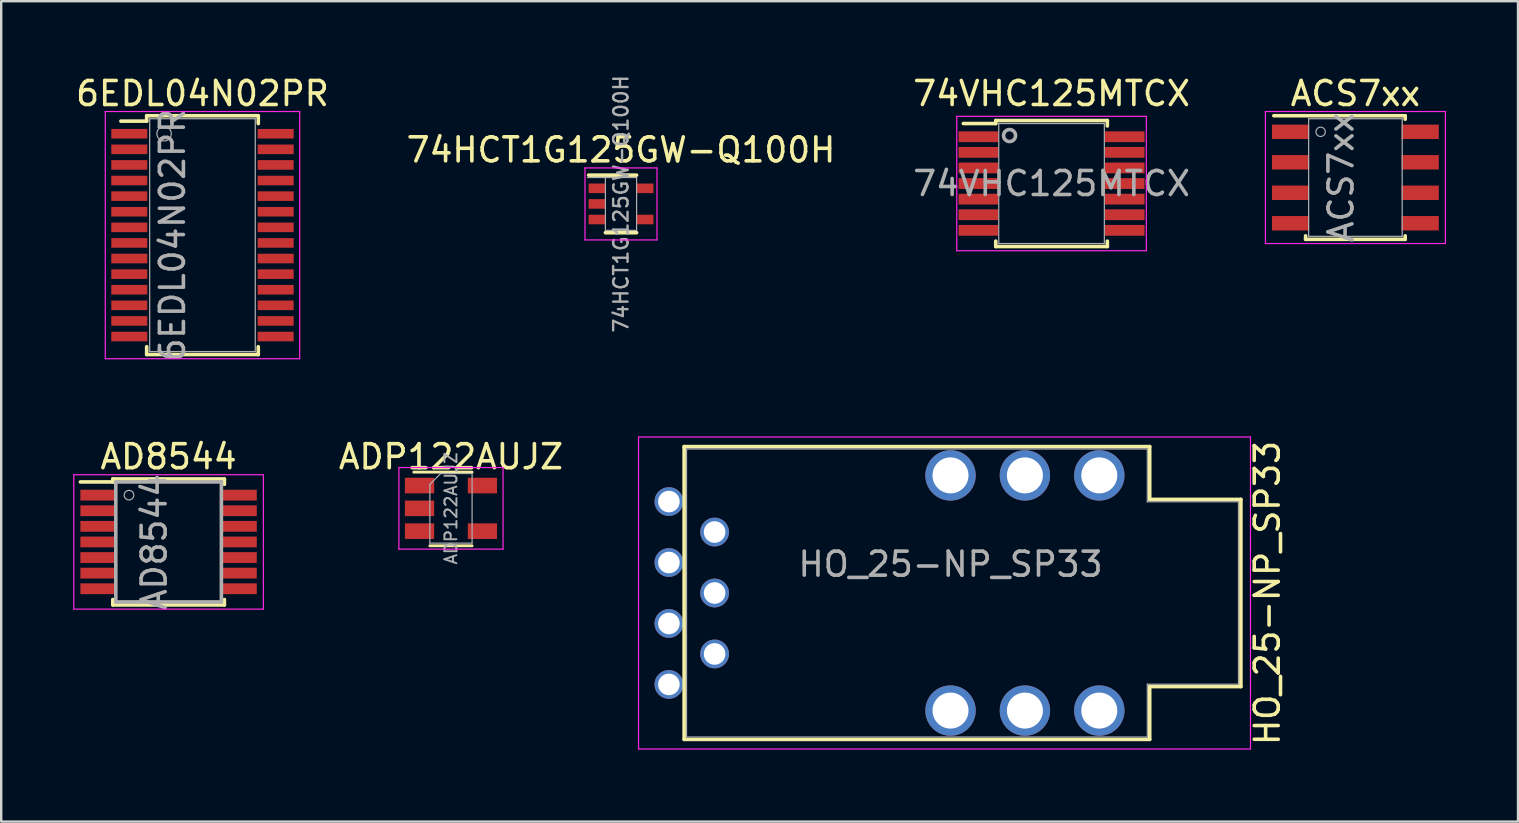
<source format=kicad_pcb>
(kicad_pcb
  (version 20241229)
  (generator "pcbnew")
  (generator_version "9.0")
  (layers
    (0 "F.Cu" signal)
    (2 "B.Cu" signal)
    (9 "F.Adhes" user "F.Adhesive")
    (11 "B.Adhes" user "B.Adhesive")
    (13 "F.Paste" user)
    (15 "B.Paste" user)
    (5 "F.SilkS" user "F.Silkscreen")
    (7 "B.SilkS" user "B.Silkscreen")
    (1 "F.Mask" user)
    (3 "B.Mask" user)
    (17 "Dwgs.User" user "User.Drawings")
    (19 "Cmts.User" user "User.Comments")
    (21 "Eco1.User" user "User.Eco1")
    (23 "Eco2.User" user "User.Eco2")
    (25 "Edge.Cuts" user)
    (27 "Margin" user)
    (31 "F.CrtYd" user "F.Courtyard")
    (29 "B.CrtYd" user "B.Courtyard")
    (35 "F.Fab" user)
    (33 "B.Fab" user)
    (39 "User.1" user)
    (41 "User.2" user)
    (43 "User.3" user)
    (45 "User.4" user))
  (footprint "AD8544"
    (layer "F.Cu")
    (at 3.975 19.533)
    (property "Reference" "AD8544" (at 0 -3.55 0) (layer "F.SilkS") (effects (font (size 1 1) (thickness 0.15))))
    (attr smd)
    (fp_line (start -2.325 -2.625) (end -2.325 -2.5) (stroke (width 0.15) (type solid)) (layer "F.SilkS"))
    (fp_line (start -2.325 -2.625) (end 2.325 -2.625) (stroke (width 0.15) (type solid)) (layer "F.SilkS"))
    (fp_line (start -2.325 -2.5) (end -3.675 -2.5) (stroke (width 0.15) (type solid)) (layer "F.SilkS"))
    (fp_line (start -2.325 2.625) (end -2.325 2.4) (stroke (width 0.15) (type solid)) (layer "F.SilkS"))
    (fp_line (start -2.325 2.625) (end 2.325 2.625) (stroke (width 0.15) (type solid)) (layer "F.SilkS"))
    (fp_line (start 2.325 -2.625) (end 2.325 -2.4) (stroke (width 0.15) (type solid)) (layer "F.SilkS"))
    (fp_line (start 2.325 2.625) (end 2.325 2.4) (stroke (width 0.15) (type solid)) (layer "F.SilkS"))
    (fp_line (start -3.95 -2.8) (end -3.95 2.8) (stroke (width 0.05) (type solid)) (layer "F.CrtYd"))
    (fp_line (start -3.95 -2.8) (end 3.95 -2.8) (stroke (width 0.05) (type solid)) (layer "F.CrtYd"))
    (fp_line (start -3.95 2.8) (end 3.95 2.8) (stroke (width 0.05) (type solid)) (layer "F.CrtYd"))
    (fp_line (start 3.95 -2.8) (end 3.95 2.8) (stroke (width 0.05) (type solid)) (layer "F.CrtYd"))
    (fp_line (start -2.2 -2.5) (end 2.2 -2.5) (stroke (width 0.15) (type solid)) (layer "F.Fab"))
    (fp_line (start -2.2 2.5) (end -2.2 -2.5) (stroke (width 0.15) (type solid)) (layer "F.Fab"))
    (fp_line (start 2.2 -2.5) (end 2.2 2.5) (stroke (width 0.15) (type solid)) (layer "F.Fab"))
    (fp_line (start 2.2 2.5) (end -2.2 2.5) (stroke (width 0.15) (type solid)) (layer "F.Fab"))
    (fp_circle (center -1.65 -1.95) (end -1.85 -1.95) (stroke (width 0.05) (type solid)) (fill no) (layer "F.Fab"))
    (fp_text user "${REFERENCE}" (at -0.6 0 90) (layer "F.Fab") (effects (font (size 1 1) (thickness 0.15))))
    (pad "1" smd rect (at -2.95 -1.95) (size 1.45 0.45) (layers "F.Cu" "F.Mask" "F.Paste"))
    (pad "2" smd rect (at -2.95 -1.3) (size 1.45 0.45) (layers "F.Cu" "F.Mask" "F.Paste"))
    (pad "3" smd rect (at -2.95 -0.65) (size 1.45 0.45) (layers "F.Cu" "F.Mask" "F.Paste"))
    (pad "4" smd rect (at -2.95 0) (size 1.45 0.45) (layers "F.Cu" "F.Mask" "F.Paste"))
    (pad "5" smd rect (at -2.95 0.65) (size 1.45 0.45) (layers "F.Cu" "F.Mask" "F.Paste"))
    (pad "6" smd rect (at -2.95 1.3) (size 1.45 0.45) (layers "F.Cu" "F.Mask" "F.Paste"))
    (pad "7" smd rect (at -2.95 1.95) (size 1.45 0.45) (layers "F.Cu" "F.Mask" "F.Paste"))
    (pad "8" smd rect (at 2.95 1.95) (size 1.45 0.45) (layers "F.Cu" "F.Mask" "F.Paste"))
    (pad "9" smd rect (at 2.95 1.3) (size 1.45 0.45) (layers "F.Cu" "F.Mask" "F.Paste"))
    (pad "10" smd rect (at 2.95 0.65) (size 1.45 0.45) (layers "F.Cu" "F.Mask" "F.Paste"))
    (pad "11" smd rect (at 2.95 0) (size 1.45 0.45) (layers "F.Cu" "F.Mask" "F.Paste"))
    (pad "12" smd rect (at 2.95 -0.65) (size 1.45 0.45) (layers "F.Cu" "F.Mask" "F.Paste"))
    (pad "13" smd rect (at 2.95 -1.3) (size 1.45 0.45) (layers "F.Cu" "F.Mask" "F.Paste"))
    (pad "14" smd rect (at 2.95 -1.95) (size 1.45 0.45) (layers "F.Cu" "F.Mask" "F.Paste")))
  (footprint "74VHC125MTCX"
    (layer "F.Cu")
    (at 40.768 4.598)
    (property "Reference" "74VHC125MTCX" (at 0 0 0) (layer "F.Fab") (effects (font (size 1 1) (thickness 0.15))))
    (attr smd)
    (fp_line (start -2.325 -2.625) (end -2.325 -2.5) (stroke (width 0.15) (type solid)) (layer "F.SilkS"))
    (fp_line (start -2.325 -2.625) (end 2.325 -2.625) (stroke (width 0.15) (type solid)) (layer "F.SilkS"))
    (fp_line (start -2.325 -2.5) (end -3.675 -2.5) (stroke (width 0.15) (type solid)) (layer "F.SilkS"))
    (fp_line (start -2.325 2.625) (end -2.325 2.4) (stroke (width 0.15) (type solid)) (layer "F.SilkS"))
    (fp_line (start -2.325 2.625) (end 2.325 2.625) (stroke (width 0.15) (type solid)) (layer "F.SilkS"))
    (fp_line (start 2.325 -2.625) (end 2.325 -2.4) (stroke (width 0.15) (type solid)) (layer "F.SilkS"))
    (fp_line (start 2.325 2.625) (end 2.325 2.4) (stroke (width 0.15) (type solid)) (layer "F.SilkS"))
    (fp_line (start -3.95 -2.8) (end -3.95 2.8) (stroke (width 0.05) (type solid)) (layer "F.CrtYd"))
    (fp_line (start -3.95 -2.8) (end 3.95 -2.8) (stroke (width 0.05) (type solid)) (layer "F.CrtYd"))
    (fp_line (start -3.95 2.8) (end 3.95 2.8) (stroke (width 0.05) (type solid)) (layer "F.CrtYd"))
    (fp_line (start 3.95 -2.8) (end 3.95 2.8) (stroke (width 0.05) (type solid)) (layer "F.CrtYd"))
    (fp_line (start -2.2 -2.5) (end 2.2 -2.5) (stroke (width 0.05) (type solid)) (layer "F.Fab"))
    (fp_line (start -2.2 2.5) (end -2.2 -2.5) (stroke (width 0.05) (type solid)) (layer "F.Fab"))
    (fp_line (start 2.2 -2.5) (end 2.2 2.5) (stroke (width 0.05) (type solid)) (layer "F.Fab"))
    (fp_line (start 2.2 2.5) (end -2.2 2.5) (stroke (width 0.05) (type solid)) (layer "F.Fab"))
    (fp_circle (center -1.75 -2) (end -2 -2) (stroke (width 0.15) (type solid)) (fill no) (layer "F.Fab"))
    (fp_text user "${REFERENCE}" (at 0 -3.75 0) (layer "F.SilkS") (effects (font (size 1 1) (thickness 0.15))))
    (pad "1" smd rect (at -3.05 -1.95) (size 1.65 0.45) (layers "F.Cu" "F.Mask" "F.Paste"))
    (pad "2" smd rect (at -3.05 -1.3) (size 1.65 0.45) (layers "F.Cu" "F.Mask" "F.Paste"))
    (pad "3" smd rect (at -3.05 -0.65) (size 1.65 0.45) (layers "F.Cu" "F.Mask" "F.Paste"))
    (pad "4" smd rect (at -3.05 0) (size 1.65 0.45) (layers "F.Cu" "F.Mask" "F.Paste"))
    (pad "5" smd rect (at -3.05 0.65) (size 1.65 0.45) (layers "F.Cu" "F.Mask" "F.Paste"))
    (pad "6" smd rect (at -3.05 1.3) (size 1.65 0.45) (layers "F.Cu" "F.Mask" "F.Paste"))
    (pad "7" smd rect (at -3.05 1.95) (size 1.65 0.45) (layers "F.Cu" "F.Mask" "F.Paste"))
    (pad "8" smd rect (at 3.05 1.95) (size 1.65 0.45) (layers "F.Cu" "F.Mask" "F.Paste"))
    (pad "9" smd rect (at 3.05 1.3) (size 1.65 0.45) (layers "F.Cu" "F.Mask" "F.Paste"))
    (pad "10" smd rect (at 3.05 0.65) (size 1.65 0.45) (layers "F.Cu" "F.Mask" "F.Paste"))
    (pad "11" smd rect (at 3.05 0) (size 1.65 0.45) (layers "F.Cu" "F.Mask" "F.Paste"))
    (pad "12" smd rect (at 3.05 -0.65) (size 1.65 0.45) (layers "F.Cu" "F.Mask" "F.Paste"))
    (pad "13" smd rect (at 3.05 -1.3) (size 1.65 0.45) (layers "F.Cu" "F.Mask" "F.Paste"))
    (pad "14" smd rect (at 3.05 -1.95) (size 1.65 0.45) (layers "F.Cu" "F.Mask" "F.Paste")))
  (footprint "ADP122AUJZ"
    (layer "F.Cu")
    (at 15.742 18.133)
    (property "Reference" "ADP122AUJZ" (at 0 0 90) (layer "F.Fab") (effects (font (size 0.5 0.5) (thickness 0.08))))
    (attr smd)
    (fp_line (start -0.88 1.56) (end 0.88 1.56) (stroke (width 0.12) (type solid)) (layer "F.SilkS"))
    (fp_line (start 0.88 -1.51) (end -1.55 -1.51) (stroke (width 0.12) (type solid)) (layer "F.SilkS"))
    (fp_line (start -2.17 -1.7) (end -2.17 1.7) (stroke (width 0.05) (type solid)) (layer "F.CrtYd"))
    (fp_line (start -2.17 -1.7) (end 2.17 -1.7) (stroke (width 0.05) (type solid)) (layer "F.CrtYd"))
    (fp_line (start 2.17 1.7) (end -2.17 1.7) (stroke (width 0.05) (type solid)) (layer "F.CrtYd"))
    (fp_line (start 2.17 1.7) (end 2.17 -1.7) (stroke (width 0.05) (type solid)) (layer "F.CrtYd"))
    (fp_line (start -0.88 -1) (end -0.88 1.45) (stroke (width 0.05) (type solid)) (layer "F.Fab"))
    (fp_line (start -0.88 -1) (end -0.43 -1.45) (stroke (width 0.05) (type solid)) (layer "F.Fab"))
    (fp_line (start 0.88 -1.45) (end -0.43 -1.45) (stroke (width 0.05) (type solid)) (layer "F.Fab"))
    (fp_line (start 0.88 -1.45) (end 0.88 1.45) (stroke (width 0.05) (type solid)) (layer "F.Fab"))
    (fp_line (start 0.88 1.45) (end -0.88 1.45) (stroke (width 0.05) (type solid)) (layer "F.Fab"))
    (fp_text user "${REFERENCE}" (at 0 -2.15 180) (layer "F.SilkS") (effects (font (size 1 1) (thickness 0.15))))
    (pad "1" smd rect (at -1.31 -0.95) (size 1.22 0.65) (layers "F.Cu" "F.Mask" "F.Paste"))
    (pad "2" smd rect (at -1.31 0) (size 1.22 0.65) (layers "F.Cu" "F.Mask" "F.Paste"))
    (pad "3" smd rect (at -1.31 0.95) (size 1.22 0.65) (layers "F.Cu" "F.Mask" "F.Paste"))
    (pad "4" smd rect (at 1.31 0.95) (size 1.22 0.65) (layers "F.Cu" "F.Mask" "F.Paste"))
    (pad "5" smd rect (at 1.31 -0.95) (size 1.22 0.65) (layers "F.Cu" "F.Mask" "F.Paste")))
  (footprint "ACS7xx"
    (layer "F.Cu")
    (at 53.43 4.348)
    (property "Reference" "ACS7xx" (at 0 -3.5 0) (layer "F.SilkS") (effects (font (size 1 1) (thickness 0.15))))
    (attr smd)
    (fp_line (start -3.4 -2.575) (end 2.075 -2.575) (stroke (width 0.15) (type solid)) (layer "F.SilkS"))
    (fp_line (start -2.075 2.575) (end -2.075 2.43) (stroke (width 0.15) (type solid)) (layer "F.SilkS"))
    (fp_line (start -2.075 2.575) (end 2.075 2.575) (stroke (width 0.15) (type solid)) (layer "F.SilkS"))
    (fp_line (start 2.075 -2.575) (end 2.075 -2.43) (stroke (width 0.15) (type solid)) (layer "F.SilkS"))
    (fp_line (start 2.075 2.575) (end 2.075 2.43) (stroke (width 0.15) (type solid)) (layer "F.SilkS"))
    (fp_line (start -3.75 -2.75) (end -3.75 2.75) (stroke (width 0.05) (type solid)) (layer "F.CrtYd"))
    (fp_line (start -3.75 -2.75) (end 3.75 -2.75) (stroke (width 0.05) (type solid)) (layer "F.CrtYd"))
    (fp_line (start -3.75 2.75) (end 3.75 2.75) (stroke (width 0.05) (type solid)) (layer "F.CrtYd"))
    (fp_line (start 3.75 -2.75) (end 3.75 2.75) (stroke (width 0.05) (type solid)) (layer "F.CrtYd"))
    (fp_line (start -1.95 -2.45) (end 1.95 -2.45) (stroke (width 0.05) (type solid)) (layer "F.Fab"))
    (fp_line (start -1.95 2.45) (end -1.95 -2.45) (stroke (width 0.05) (type solid)) (layer "F.Fab"))
    (fp_line (start 1.95 -2.45) (end 1.95 2.45) (stroke (width 0.05) (type solid)) (layer "F.Fab"))
    (fp_line (start 1.95 2.45) (end -1.95 2.45) (stroke (width 0.05) (type solid)) (layer "F.Fab"))
    (fp_circle (center -1.45 -1.905) (end -1.45 -2.1) (stroke (width 0.05) (type solid)) (fill no) (layer "F.Fab"))
    (fp_text user "${REFERENCE}" (at -0.6 0 90) (layer "F.Fab") (effects (font (size 1 1) (thickness 0.15))))
    (pad "1" smd rect (at -2.7 -1.905) (size 1.55 0.6) (layers "F.Cu" "F.Mask" "F.Paste"))
    (pad "2" smd rect (at -2.7 -0.635) (size 1.55 0.6) (layers "F.Cu" "F.Mask" "F.Paste"))
    (pad "3" smd rect (at -2.7 0.635) (size 1.55 0.6) (layers "F.Cu" "F.Mask" "F.Paste"))
    (pad "4" smd rect (at -2.7 1.905) (size 1.55 0.6) (layers "F.Cu" "F.Mask" "F.Paste"))
    (pad "5" smd rect (at 2.7 1.905) (size 1.55 0.6) (layers "F.Cu" "F.Mask" "F.Paste"))
    (pad "6" smd rect (at 2.7 0.635) (size 1.55 0.6) (layers "F.Cu" "F.Mask" "F.Paste"))
    (pad "7" smd rect (at 2.7 -0.635) (size 1.55 0.6) (layers "F.Cu" "F.Mask" "F.Paste"))
    (pad "8" smd rect (at 2.7 -1.905) (size 1.55 0.6) (layers "F.Cu" "F.Mask" "F.Paste")))
  (footprint "6EDL04N02PR"
    (layer "F.Cu")
    (at 5.387 6.748)
    (property "Reference" "6EDL04N02PR" (at 0 -5.9 0) (layer "F.SilkS") (effects (font (size 1 1) (thickness 0.15))))
    (attr smd)
    (fp_line (start -2.325 -4.975) (end -2.325 -4.75) (stroke (width 0.15) (type solid)) (layer "F.SilkS"))
    (fp_line (start -2.325 -4.975) (end 2.325 -4.975) (stroke (width 0.15) (type solid)) (layer "F.SilkS"))
    (fp_line (start -2.325 -4.75) (end -3.4 -4.75) (stroke (width 0.15) (type solid)) (layer "F.SilkS"))
    (fp_line (start -2.325 4.975) (end -2.325 4.65) (stroke (width 0.15) (type solid)) (layer "F.SilkS"))
    (fp_line (start -2.325 4.975) (end 2.325 4.975) (stroke (width 0.15) (type solid)) (layer "F.SilkS"))
    (fp_line (start 2.325 -4.975) (end 2.325 -4.65) (stroke (width 0.15) (type solid)) (layer "F.SilkS"))
    (fp_line (start 2.325 4.975) (end 2.325 4.65) (stroke (width 0.15) (type solid)) (layer "F.SilkS"))
    (fp_line (start -4.05 -5.15) (end -4.05 5.15) (stroke (width 0.05) (type solid)) (layer "F.CrtYd"))
    (fp_line (start -4.05 -5.15) (end 4.05 -5.15) (stroke (width 0.05) (type solid)) (layer "F.CrtYd"))
    (fp_line (start -4.05 5.15) (end 4.05 5.15) (stroke (width 0.05) (type solid)) (layer "F.CrtYd"))
    (fp_line (start 4.05 -5.15) (end 4.05 5.15) (stroke (width 0.05) (type solid)) (layer "F.CrtYd"))
    (fp_line (start -2.2 -4.85) (end 2.2 -4.85) (stroke (width 0.05) (type solid)) (layer "F.Fab"))
    (fp_line (start -2.2 4.85) (end -2.2 -4.85) (stroke (width 0.05) (type solid)) (layer "F.Fab"))
    (fp_line (start 2.2 -4.85) (end 2.2 4.85) (stroke (width 0.05) (type solid)) (layer "F.Fab"))
    (fp_line (start 2.2 4.85) (end -2.2 4.85) (stroke (width 0.05) (type solid)) (layer "F.Fab"))
    (fp_circle (center -1.6 -4.225) (end -1.3 -4.225) (stroke (width 0.05) (type solid)) (fill no) (layer "F.Fab"))
    (fp_text user "${REFERENCE}" (at -1.25 0 90) (layer "F.Fab") (effects (font (size 1 1) (thickness 0.15))))
    (pad "1" smd rect (at -3.05 -4.225) (size 1.5 0.4) (layers "F.Cu" "F.Mask" "F.Paste"))
    (pad "2" smd rect (at -3.05 -3.575) (size 1.5 0.4) (layers "F.Cu" "F.Mask" "F.Paste"))
    (pad "3" smd rect (at -3.05 -2.925) (size 1.5 0.4) (layers "F.Cu" "F.Mask" "F.Paste"))
    (pad "4" smd rect (at -3.05 -2.275) (size 1.5 0.4) (layers "F.Cu" "F.Mask" "F.Paste"))
    (pad "5" smd rect (at -3.05 -1.625) (size 1.5 0.4) (layers "F.Cu" "F.Mask" "F.Paste"))
    (pad "6" smd rect (at -3.05 -0.975) (size 1.5 0.4) (layers "F.Cu" "F.Mask" "F.Paste"))
    (pad "7" smd rect (at -3.05 -0.325) (size 1.5 0.4) (layers "F.Cu" "F.Mask" "F.Paste"))
    (pad "8" smd rect (at -3.05 0.325) (size 1.5 0.4) (layers "F.Cu" "F.Mask" "F.Paste"))
    (pad "9" smd rect (at -3.05 0.975) (size 1.5 0.4) (layers "F.Cu" "F.Mask" "F.Paste"))
    (pad "10" smd rect (at -3.05 1.625) (size 1.5 0.4) (layers "F.Cu" "F.Mask" "F.Paste"))
    (pad "11" smd rect (at -3.05 2.275) (size 1.5 0.4) (layers "F.Cu" "F.Mask" "F.Paste"))
    (pad "12" smd rect (at -3.05 2.925) (size 1.5 0.4) (layers "F.Cu" "F.Mask" "F.Paste"))
    (pad "13" smd rect (at -3.05 3.575) (size 1.5 0.4) (layers "F.Cu" "F.Mask" "F.Paste"))
    (pad "14" smd rect (at -3.05 4.225) (size 1.5 0.4) (layers "F.Cu" "F.Mask" "F.Paste"))
    (pad "15" smd rect (at 3.05 4.225) (size 1.5 0.4) (layers "F.Cu" "F.Mask" "F.Paste"))
    (pad "16" smd rect (at 3.05 3.575) (size 1.5 0.4) (layers "F.Cu" "F.Mask" "F.Paste"))
    (pad "17" smd rect (at 3.05 2.925) (size 1.5 0.4) (layers "F.Cu" "F.Mask" "F.Paste"))
    (pad "18" smd rect (at 3.05 2.275) (size 1.5 0.4) (layers "F.Cu" "F.Mask" "F.Paste"))
    (pad "19" smd rect (at 3.05 1.625) (size 1.5 0.4) (layers "F.Cu" "F.Mask" "F.Paste"))
    (pad "20" smd rect (at 3.05 0.975) (size 1.5 0.4) (layers "F.Cu" "F.Mask" "F.Paste"))
    (pad "21" smd rect (at 3.05 0.325) (size 1.5 0.4) (layers "F.Cu" "F.Mask" "F.Paste"))
    (pad "22" smd rect (at 3.05 -0.325) (size 1.5 0.4) (layers "F.Cu" "F.Mask" "F.Paste"))
    (pad "23" smd rect (at 3.05 -0.975) (size 1.5 0.4) (layers "F.Cu" "F.Mask" "F.Paste"))
    (pad "24" smd rect (at 3.05 -1.625) (size 1.5 0.4) (layers "F.Cu" "F.Mask" "F.Paste"))
    (pad "25" smd rect (at 3.05 -2.275) (size 1.5 0.4) (layers "F.Cu" "F.Mask" "F.Paste"))
    (pad "26" smd rect (at 3.05 -2.925) (size 1.5 0.4) (layers "F.Cu" "F.Mask" "F.Paste"))
    (pad "27" smd rect (at 3.05 -3.575) (size 1.5 0.4) (layers "F.Cu" "F.Mask" "F.Paste"))
    (pad "28" smd rect (at 3.05 -4.225) (size 1.5 0.4) (layers "F.Cu" "F.Mask" "F.Paste")))
  (footprint "74HCT1G125GW-Q100H"
    (layer "F.Cu")
    (at 22.827 5.447)
    (property "Reference" "74HCT1G125GW-Q100H" (at 0 0 90) (layer "F.Fab") (effects (font (size 0.6 0.6) (thickness 0.1))))
    (attr smd)
    (fp_line (start -0.65 1.2) (end 0.65 1.2) (stroke (width 0.15) (type solid)) (layer "F.SilkS"))
    (fp_line (start 0.65 -1.2) (end -1.35 -1.2) (stroke (width 0.15) (type solid)) (layer "F.SilkS"))
    (fp_line (start -1.5 -1.5) (end 1.5 -1.5) (stroke (width 0.05) (type solid)) (layer "F.CrtYd"))
    (fp_line (start -1.5 1.5) (end -1.5 -1.5) (stroke (width 0.05) (type solid)) (layer "F.CrtYd"))
    (fp_line (start 1.5 -1.5) (end 1.5 1.5) (stroke (width 0.05) (type solid)) (layer "F.CrtYd"))
    (fp_line (start 1.5 1.5) (end -1.5 1.5) (stroke (width 0.05) (type solid)) (layer "F.CrtYd"))
    (fp_line (start -1.4 -1.1) (end 0.65 -1.1) (stroke (width 0.05) (type solid)) (layer "F.Fab"))
    (fp_line (start -0.65 1.1) (end -0.65 -1.1) (stroke (width 0.05) (type solid)) (layer "F.Fab"))
    (fp_line (start 0.65 -1.1) (end 0.65 1.1) (stroke (width 0.05) (type solid)) (layer "F.Fab"))
    (fp_line (start 0.65 1.1) (end -0.65 1.1) (stroke (width 0.05) (type solid)) (layer "F.Fab"))
    (fp_text user "${REFERENCE}" (at 0 -2.25 0) (layer "F.SilkS") (effects (font (size 1 1) (thickness 0.15))))
    (pad "1" smd rect (at -1 -0.65) (size 0.7 0.4) (layers "F.Cu" "F.Mask" "F.Paste"))
    (pad "2" smd rect (at -1 0) (size 0.7 0.4) (layers "F.Cu" "F.Mask" "F.Paste"))
    (pad "3" smd rect (at -1 0.65) (size 0.7 0.4) (layers "F.Cu" "F.Mask" "F.Paste"))
    (pad "4" smd rect (at 1 0.65) (size 0.7 0.4) (layers "F.Cu" "F.Mask" "F.Paste"))
    (pad "5" smd rect (at 1 -0.65) (size 0.7 0.4) (layers "F.Cu" "F.Mask" "F.Paste")))
  (footprint "HO_25-NP_SP33"
    (layer "F.Cu")
    (at 36.558 21.66)
    (property "Reference" "HO_25-NP_SP33" (at 13.2 0 270) (layer "F.SilkS") (effects (font (size 1 1) (thickness 0.15))))
    (attr through_hole)
    (fp_line (start -11.1 -6.1) (end -11.1 6.1) (stroke (width 0.15) (type solid)) (layer "F.SilkS"))
    (fp_line (start -11.1 6.1) (end 8.3 6.1) (stroke (width 0.15) (type solid)) (layer "F.SilkS"))
    (fp_line (start 8.3 -6.1) (end -11.1 -6.1) (stroke (width 0.15) (type solid)) (layer "F.SilkS"))
    (fp_line (start 8.3 -3.9) (end 8.3 -6.1) (stroke (width 0.15) (type solid)) (layer "F.SilkS"))
    (fp_line (start 8.3 3.9) (end 12.1 3.9) (stroke (width 0.15) (type solid)) (layer "F.SilkS"))
    (fp_line (start 8.3 6.1) (end 8.3 3.9) (stroke (width 0.15) (type solid)) (layer "F.SilkS"))
    (fp_line (start 12.1 -3.9) (end 8.3 -3.9) (stroke (width 0.15) (type solid)) (layer "F.SilkS"))
    (fp_line (start 12.1 3.9) (end 12.1 -3.9) (stroke (width 0.15) (type solid)) (layer "F.SilkS"))
    (fp_line (start -13 -6.5) (end -13 6.5) (stroke (width 0.05) (type solid)) (layer "F.CrtYd"))
    (fp_line (start -13 6.5) (end 12.5 6.5) (stroke (width 0.05) (type solid)) (layer "F.CrtYd"))
    (fp_line (start 12.5 -6.5) (end -13 -6.5) (stroke (width 0.05) (type solid)) (layer "F.CrtYd"))
    (fp_line (start 12.5 6.5) (end 12.5 -6.5) (stroke (width 0.05) (type solid)) (layer "F.CrtYd"))
    (fp_line (start -11 -6) (end -11 6) (stroke (width 0.05) (type solid)) (layer "F.Fab"))
    (fp_line (start -11 -6) (end 8.2 -6) (stroke (width 0.05) (type solid)) (layer "F.Fab"))
    (fp_line (start 8.2 -3.8) (end 8.2 -6) (stroke (width 0.05) (type solid)) (layer "F.Fab"))
    (fp_line (start 8.2 3.8) (end 8.2 6) (stroke (width 0.05) (type solid)) (layer "F.Fab"))
    (fp_line (start 8.2 6) (end -11 6) (stroke (width 0.05) (type solid)) (layer "F.Fab"))
    (fp_line (start 12 -3.8) (end 8.2 -3.8) (stroke (width 0.05) (type solid)) (layer "F.Fab"))
    (fp_line (start 12 3.8) (end 8.2 3.8) (stroke (width 0.05) (type solid)) (layer "F.Fab"))
    (fp_line (start 12 3.8) (end 12 -3.8) (stroke (width 0.05) (type solid)) (layer "F.Fab"))
    (fp_text user "${REFERENCE}" (at 0 -1.2 0) (layer "F.Fab") (effects (font (size 1 1) (thickness 0.15))))
    (pad "1" thru_hole circle (at -11.735 3.81) (size 1.2 1.2) (drill 0.9) (layers "*.Cu" "*.Mask"))
    (pad "2" thru_hole circle (at -9.83 2.54) (size 1.2 1.2) (drill 0.9) (layers "*.Cu" "*.Mask"))
    (pad "3" thru_hole circle (at -11.735 1.27) (size 1.2 1.2) (drill 0.9) (layers "*.Cu" "*.Mask"))
    (pad "4" thru_hole circle (at -9.83 0) (size 1.2 1.2) (drill 0.9) (layers "*.Cu" "*.Mask"))
    (pad "5" thru_hole circle (at -11.735 -1.27) (size 1.2 1.2) (drill 0.9) (layers "*.Cu" "*.Mask"))
    (pad "6" thru_hole circle (at -9.83 -2.54) (size 1.2 1.2) (drill 0.9) (layers "*.Cu" "*.Mask"))
    (pad "7" thru_hole circle (at -11.735 -3.81) (size 1.2 1.2) (drill 0.9) (layers "*.Cu" "*.Mask"))
    (pad "8" thru_hole circle (at 0 -4.9) (size 2.1 2.1) (drill 1.5) (layers "*.Cu" "*.Mask"))
    (pad "9" thru_hole circle (at 3.1 -4.9) (size 2.1 2.1) (drill 1.5) (layers "*.Cu" "*.Mask"))
    (pad "10" thru_hole circle (at 6.2 -4.9) (size 2.1 2.1) (drill 1.5) (layers "*.Cu" "*.Mask"))
    (pad "11" thru_hole circle (at 6.2 4.9) (size 2.1 2.1) (drill 1.5) (layers "*.Cu" "*.Mask"))
    (pad "12" thru_hole circle (at 3.1 4.9) (size 2.1 2.1) (drill 1.5) (layers "*.Cu" "*.Mask"))
    (pad "13" thru_hole circle (at 0 4.9) (size 2.1 2.1) (drill 1.5) (layers "*.Cu" "*.Mask")))
  (gr_rect
    (start -3 -3)
    (end 60.205 31.185)
    (stroke (width 0.1) (type default))
    (fill no)
    (layer "Edge.Cuts")))
</source>
